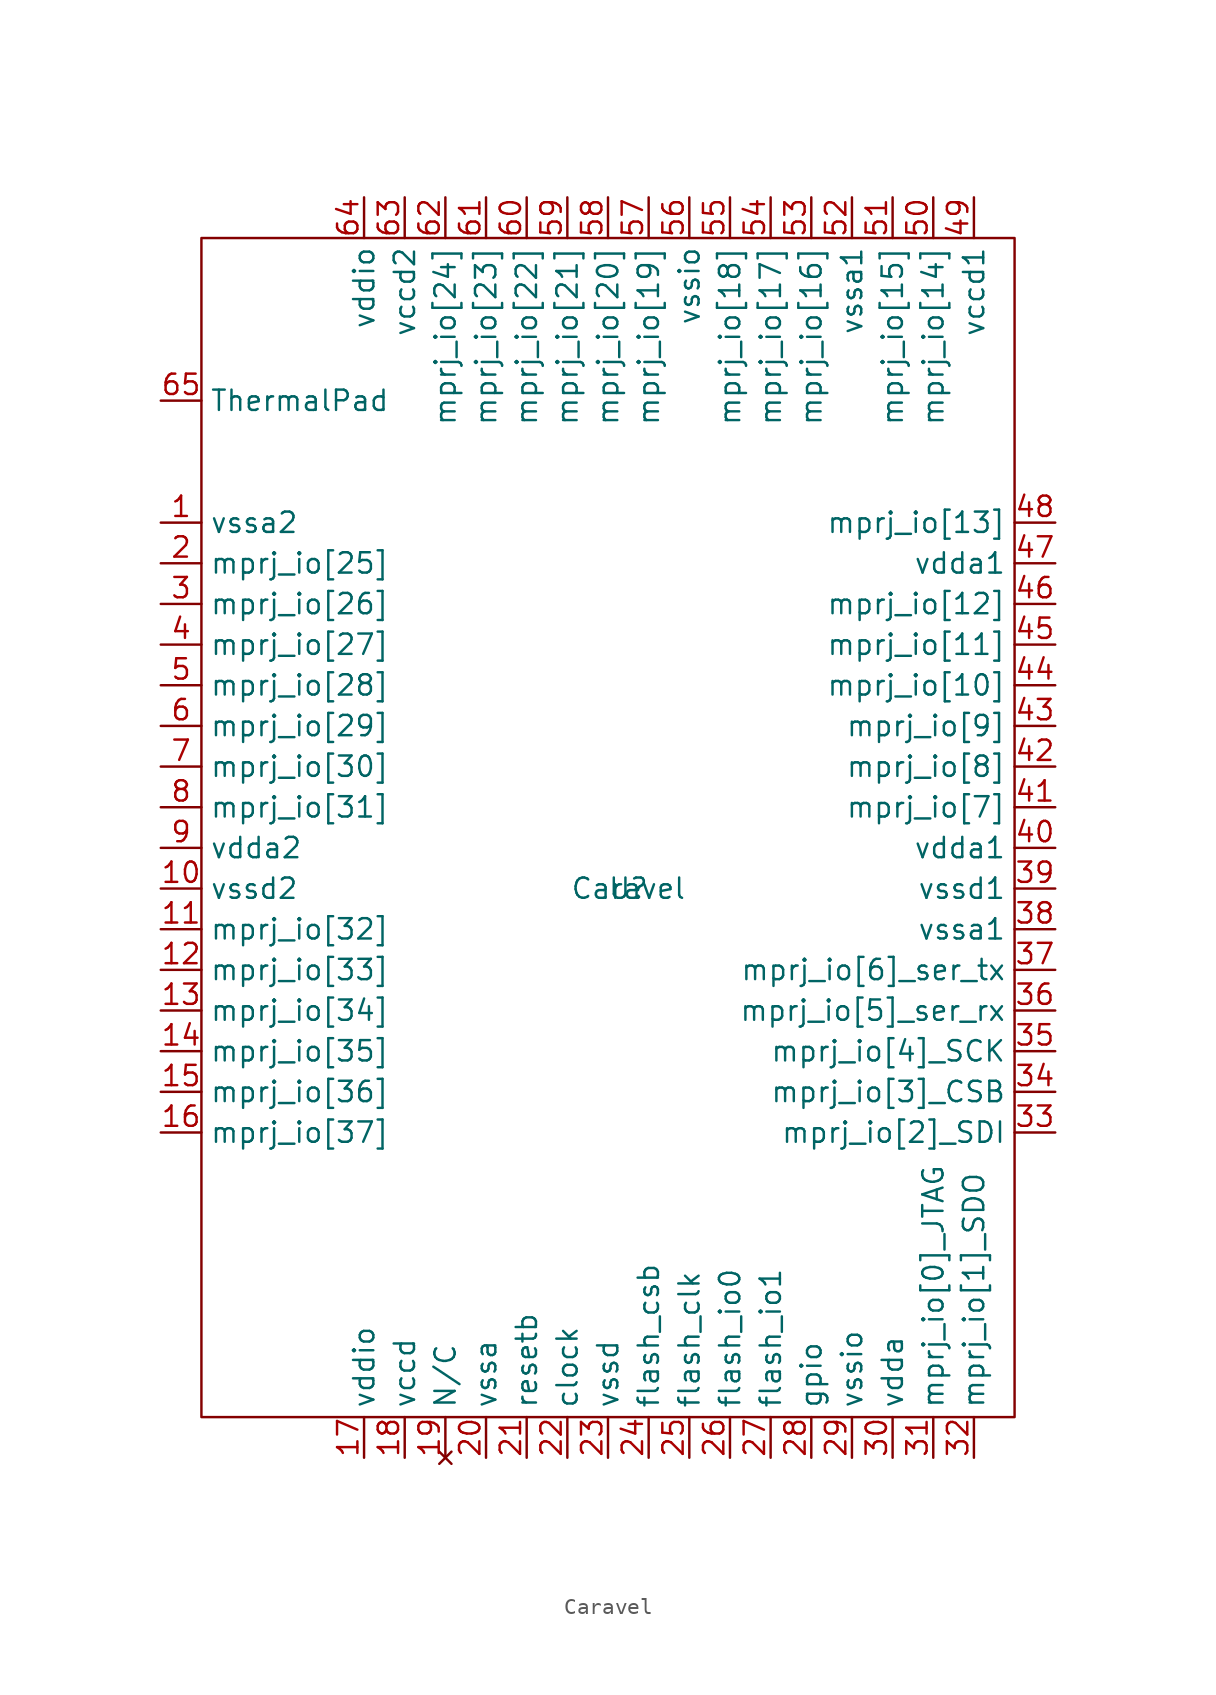
<source format=kicad_sym>
(kicad_symbol_lib
  (version 20220914)
  (generator kicad_symbol_editor)
  (symbol "Caravel"
    (property "Reference" "U"
      (at 0 0 0)
      (effects (font (size 1.27 1.27))))
    (property "Value" "Caravel"
      (at 0 0 0)
      (effects (font (size 1.27 1.27))))
    (symbol "Caravel_0_1"
      (rectangle (start -26.67 40.64) (end 24.13 -33.02) (stroke (width 0) (type default)) (fill (type none))))
    (symbol "Caravel_1_1"
      (pin power_in line (at -29.21 22.86 0) (length 2.54) (name "vssa2" (effects (font (size 1.27 1.27)))) (number "1" (effects (font (size 1.27 1.27)))))
      (pin power_in line (at -29.21 0 0) (length 2.54) (name "vssd2" (effects (font (size 1.27 1.27)))) (number "10" (effects (font (size 1.27 1.27)))))
      (pin bidirectional line (at -29.21 -2.54 0) (length 2.54) (name "mprj_io[32]" (effects (font (size 1.27 1.27)))) (number "11" (effects (font (size 1.27 1.27)))))
      (pin bidirectional line (at -29.21 -5.08 0) (length 2.54) (name "mprj_io[33]" (effects (font (size 1.27 1.27)))) (number "12" (effects (font (size 1.27 1.27)))))
      (pin bidirectional line (at -29.21 -7.62 0) (length 2.54) (name "mprj_io[34]" (effects (font (size 1.27 1.27)))) (number "13" (effects (font (size 1.27 1.27)))))
      (pin bidirectional line (at -29.21 -10.16 0) (length 2.54) (name "mprj_io[35]" (effects (font (size 1.27 1.27)))) (number "14" (effects (font (size 1.27 1.27)))))
      (pin bidirectional line (at -29.21 -12.7 0) (length 2.54) (name "mprj_io[36]" (effects (font (size 1.27 1.27)))) (number "15" (effects (font (size 1.27 1.27)))))
      (pin bidirectional line (at -29.21 -15.24 0) (length 2.54) (name "mprj_io[37]" (effects (font (size 1.27 1.27)))) (number "16" (effects (font (size 1.27 1.27)))))
      (pin power_in line (at -16.51 -35.56 90) (length 2.54) (name "vddio" (effects (font (size 1.27 1.27)))) (number "17" (effects (font (size 1.27 1.27)))))
      (pin power_in line (at -13.97 -35.56 90) (length 2.54) (name "vccd" (effects (font (size 1.27 1.27)))) (number "18" (effects (font (size 1.27 1.27)))))
      (pin no_connect line (at -11.43 -35.56 90) (length 2.54) (name "N/C" (effects (font (size 1.27 1.27)))) (number "19" (effects (font (size 1.27 1.27)))))
      (pin bidirectional line (at -29.21 20.32 0) (length 2.54) (name "mprj_io[25]" (effects (font (size 1.27 1.27)))) (number "2" (effects (font (size 1.27 1.27)))))
      (pin power_in line (at -8.89 -35.56 90) (length 2.54) (name "vssa" (effects (font (size 1.27 1.27)))) (number "20" (effects (font (size 1.27 1.27)))))
      (pin input line (at -6.35 -35.56 90) (length 2.54) (name "resetb" (effects (font (size 1.27 1.27)))) (number "21" (effects (font (size 1.27 1.27)))))
      (pin input line (at -3.81 -35.56 90) (length 2.54) (name "clock" (effects (font (size 1.27 1.27)))) (number "22" (effects (font (size 1.27 1.27)))))
      (pin power_in line (at -1.27 -35.56 90) (length 2.54) (name "vssd" (effects (font (size 1.27 1.27)))) (number "23" (effects (font (size 1.27 1.27)))))
      (pin output line (at 1.27 -35.56 90) (length 2.54) (name "flash_csb" (effects (font (size 1.27 1.27)))) (number "24" (effects (font (size 1.27 1.27)))))
      (pin output line (at 3.81 -35.56 90) (length 2.54) (name "flash_clk" (effects (font (size 1.27 1.27)))) (number "25" (effects (font (size 1.27 1.27)))))
      (pin bidirectional line (at 6.35 -35.56 90) (length 2.54) (name "flash_io0" (effects (font (size 1.27 1.27)))) (number "26" (effects (font (size 1.27 1.27)))))
      (pin bidirectional line (at 8.89 -35.56 90) (length 2.54) (name "flash_io1" (effects (font (size 1.27 1.27)))) (number "27" (effects (font (size 1.27 1.27)))))
      (pin bidirectional line (at 11.43 -35.56 90) (length 2.54) (name "gpio" (effects (font (size 1.27 1.27)))) (number "28" (effects (font (size 1.27 1.27)))))
      (pin power_in line (at 13.97 -35.56 90) (length 2.54) (name "vssio" (effects (font (size 1.27 1.27)))) (number "29" (effects (font (size 1.27 1.27)))))
      (pin bidirectional line (at -29.21 17.78 0) (length 2.54) (name "mprj_io[26]" (effects (font (size 1.27 1.27)))) (number "3" (effects (font (size 1.27 1.27)))))
      (pin power_in line (at 16.51 -35.56 90) (length 2.54) (name "vdda" (effects (font (size 1.27 1.27)))) (number "30" (effects (font (size 1.27 1.27)))))
      (pin bidirectional line (at 19.05 -35.56 90) (length 2.54) (name "mprj_io[0]_JTAG" (effects (font (size 1.27 1.27)))) (number "31" (effects (font (size 1.27 1.27)))))
      (pin bidirectional line (at 21.59 -35.56 90) (length 2.54) (name "mprj_io[1]_SDO" (effects (font (size 1.27 1.27)))) (number "32" (effects (font (size 1.27 1.27)))))
      (pin bidirectional line (at 26.67 -15.24 180) (length 2.54) (name "mprj_io[2]_SDI" (effects (font (size 1.27 1.27)))) (number "33" (effects (font (size 1.27 1.27)))))
      (pin bidirectional line (at 26.67 -12.7 180) (length 2.54) (name "mprj_io[3]_CSB" (effects (font (size 1.27 1.27)))) (number "34" (effects (font (size 1.27 1.27)))))
      (pin bidirectional line (at 26.67 -10.16 180) (length 2.54) (name "mprj_io[4]_SCK" (effects (font (size 1.27 1.27)))) (number "35" (effects (font (size 1.27 1.27)))))
      (pin bidirectional line (at 26.67 -7.62 180) (length 2.54) (name "mprj_io[5]_ser_rx" (effects (font (size 1.27 1.27)))) (number "36" (effects (font (size 1.27 1.27)))))
      (pin bidirectional line (at 26.67 -5.08 180) (length 2.54) (name "mprj_io[6]_ser_tx" (effects (font (size 1.27 1.27)))) (number "37" (effects (font (size 1.27 1.27)))))
      (pin power_in line (at 26.67 -2.54 180) (length 2.54) (name "vssa1" (effects (font (size 1.27 1.27)))) (number "38" (effects (font (size 1.27 1.27)))))
      (pin power_in line (at 26.67 0 180) (length 2.54) (name "vssd1" (effects (font (size 1.27 1.27)))) (number "39" (effects (font (size 1.27 1.27)))))
      (pin bidirectional line (at -29.21 15.24 0) (length 2.54) (name "mprj_io[27]" (effects (font (size 1.27 1.27)))) (number "4" (effects (font (size 1.27 1.27)))))
      (pin power_in line (at 26.67 2.54 180) (length 2.54) (name "vdda1" (effects (font (size 1.27 1.27)))) (number "40" (effects (font (size 1.27 1.27)))))
      (pin bidirectional line (at 26.67 5.08 180) (length 2.54) (name "mprj_io[7]" (effects (font (size 1.27 1.27)))) (number "41" (effects (font (size 1.27 1.27)))))
      (pin bidirectional line (at 26.67 7.62 180) (length 2.54) (name "mprj_io[8]" (effects (font (size 1.27 1.27)))) (number "42" (effects (font (size 1.27 1.27)))))
      (pin bidirectional line (at 26.67 10.16 180) (length 2.54) (name "mprj_io[9]" (effects (font (size 1.27 1.27)))) (number "43" (effects (font (size 1.27 1.27)))))
      (pin bidirectional line (at 26.67 12.7 180) (length 2.54) (name "mprj_io[10]" (effects (font (size 1.27 1.27)))) (number "44" (effects (font (size 1.27 1.27)))))
      (pin bidirectional line (at 26.67 15.24 180) (length 2.54) (name "mprj_io[11]" (effects (font (size 1.27 1.27)))) (number "45" (effects (font (size 1.27 1.27)))))
      (pin bidirectional line (at 26.67 17.78 180) (length 2.54) (name "mprj_io[12]" (effects (font (size 1.27 1.27)))) (number "46" (effects (font (size 1.27 1.27)))))
      (pin power_in line (at 26.67 20.32 180) (length 2.54) (name "vdda1" (effects (font (size 1.27 1.27)))) (number "47" (effects (font (size 1.27 1.27)))))
      (pin bidirectional line (at 26.67 22.86 180) (length 2.54) (name "mprj_io[13]" (effects (font (size 1.27 1.27)))) (number "48" (effects (font (size 1.27 1.27)))))
      (pin power_in line (at 21.59 43.18 270) (length 2.54) (name "vccd1" (effects (font (size 1.27 1.27)))) (number "49" (effects (font (size 1.27 1.27)))))
      (pin bidirectional line (at -29.21 12.7 0) (length 2.54) (name "mprj_io[28]" (effects (font (size 1.27 1.27)))) (number "5" (effects (font (size 1.27 1.27)))))
      (pin bidirectional line (at 19.05 43.18 270) (length 2.54) (name "mprj_io[14]" (effects (font (size 1.27 1.27)))) (number "50" (effects (font (size 1.27 1.27)))))
      (pin bidirectional line (at 16.51 43.18 270) (length 2.54) (name "mprj_io[15]" (effects (font (size 1.27 1.27)))) (number "51" (effects (font (size 1.27 1.27)))))
      (pin power_in line (at 13.97 43.18 270) (length 2.54) (name "vssa1" (effects (font (size 1.27 1.27)))) (number "52" (effects (font (size 1.27 1.27)))))
      (pin bidirectional line (at 11.43 43.18 270) (length 2.54) (name "mprj_io[16]" (effects (font (size 1.27 1.27)))) (number "53" (effects (font (size 1.27 1.27)))))
      (pin bidirectional line (at 8.89 43.18 270) (length 2.54) (name "mprj_io[17]" (effects (font (size 1.27 1.27)))) (number "54" (effects (font (size 1.27 1.27)))))
      (pin bidirectional line (at 6.35 43.18 270) (length 2.54) (name "mprj_io[18]" (effects (font (size 1.27 1.27)))) (number "55" (effects (font (size 1.27 1.27)))))
      (pin power_in line (at 3.81 43.18 270) (length 2.54) (name "vssio" (effects (font (size 1.27 1.27)))) (number "56" (effects (font (size 1.27 1.27)))))
      (pin bidirectional line (at 1.27 43.18 270) (length 2.54) (name "mprj_io[19]" (effects (font (size 1.27 1.27)))) (number "57" (effects (font (size 1.27 1.27)))))
      (pin bidirectional line (at -1.27 43.18 270) (length 2.54) (name "mprj_io[20]" (effects (font (size 1.27 1.27)))) (number "58" (effects (font (size 1.27 1.27)))))
      (pin bidirectional line (at -3.81 43.18 270) (length 2.54) (name "mprj_io[21]" (effects (font (size 1.27 1.27)))) (number "59" (effects (font (size 1.27 1.27)))))
      (pin bidirectional line (at -29.21 10.16 0) (length 2.54) (name "mprj_io[29]" (effects (font (size 1.27 1.27)))) (number "6" (effects (font (size 1.27 1.27)))))
      (pin bidirectional line (at -6.35 43.18 270) (length 2.54) (name "mprj_io[22]" (effects (font (size 1.27 1.27)))) (number "60" (effects (font (size 1.27 1.27)))))
      (pin bidirectional line (at -8.89 43.18 270) (length 2.54) (name "mprj_io[23]" (effects (font (size 1.27 1.27)))) (number "61" (effects (font (size 1.27 1.27)))))
      (pin bidirectional line (at -11.43 43.18 270) (length 2.54) (name "mprj_io[24]" (effects (font (size 1.27 1.27)))) (number "62" (effects (font (size 1.27 1.27)))))
      (pin power_in line (at -13.97 43.18 270) (length 2.54) (name "vccd2" (effects (font (size 1.27 1.27)))) (number "63" (effects (font (size 1.27 1.27)))))
      (pin power_in line (at -16.51 43.18 270) (length 2.54) (name "vddio" (effects (font (size 1.27 1.27)))) (number "64" (effects (font (size 1.27 1.27)))))
      (pin power_in line (at -29.21 30.48 0) (length 2.54) (name "ThermalPad" (effects (font (size 1.27 1.27)))) (number "65" (effects (font (size 1.27 1.27)))))
      (pin bidirectional line (at -29.21 7.62 0) (length 2.54) (name "mprj_io[30]" (effects (font (size 1.27 1.27)))) (number "7" (effects (font (size 1.27 1.27)))))
      (pin bidirectional line (at -29.21 5.08 0) (length 2.54) (name "mprj_io[31]" (effects (font (size 1.27 1.27)))) (number "8" (effects (font (size 1.27 1.27)))))
      (pin power_in line (at -29.21 2.54 0) (length 2.54) (name "vdda2" (effects (font (size 1.27 1.27)))) (number "9" (effects (font (size 1.27 1.27))))))))
</source>
